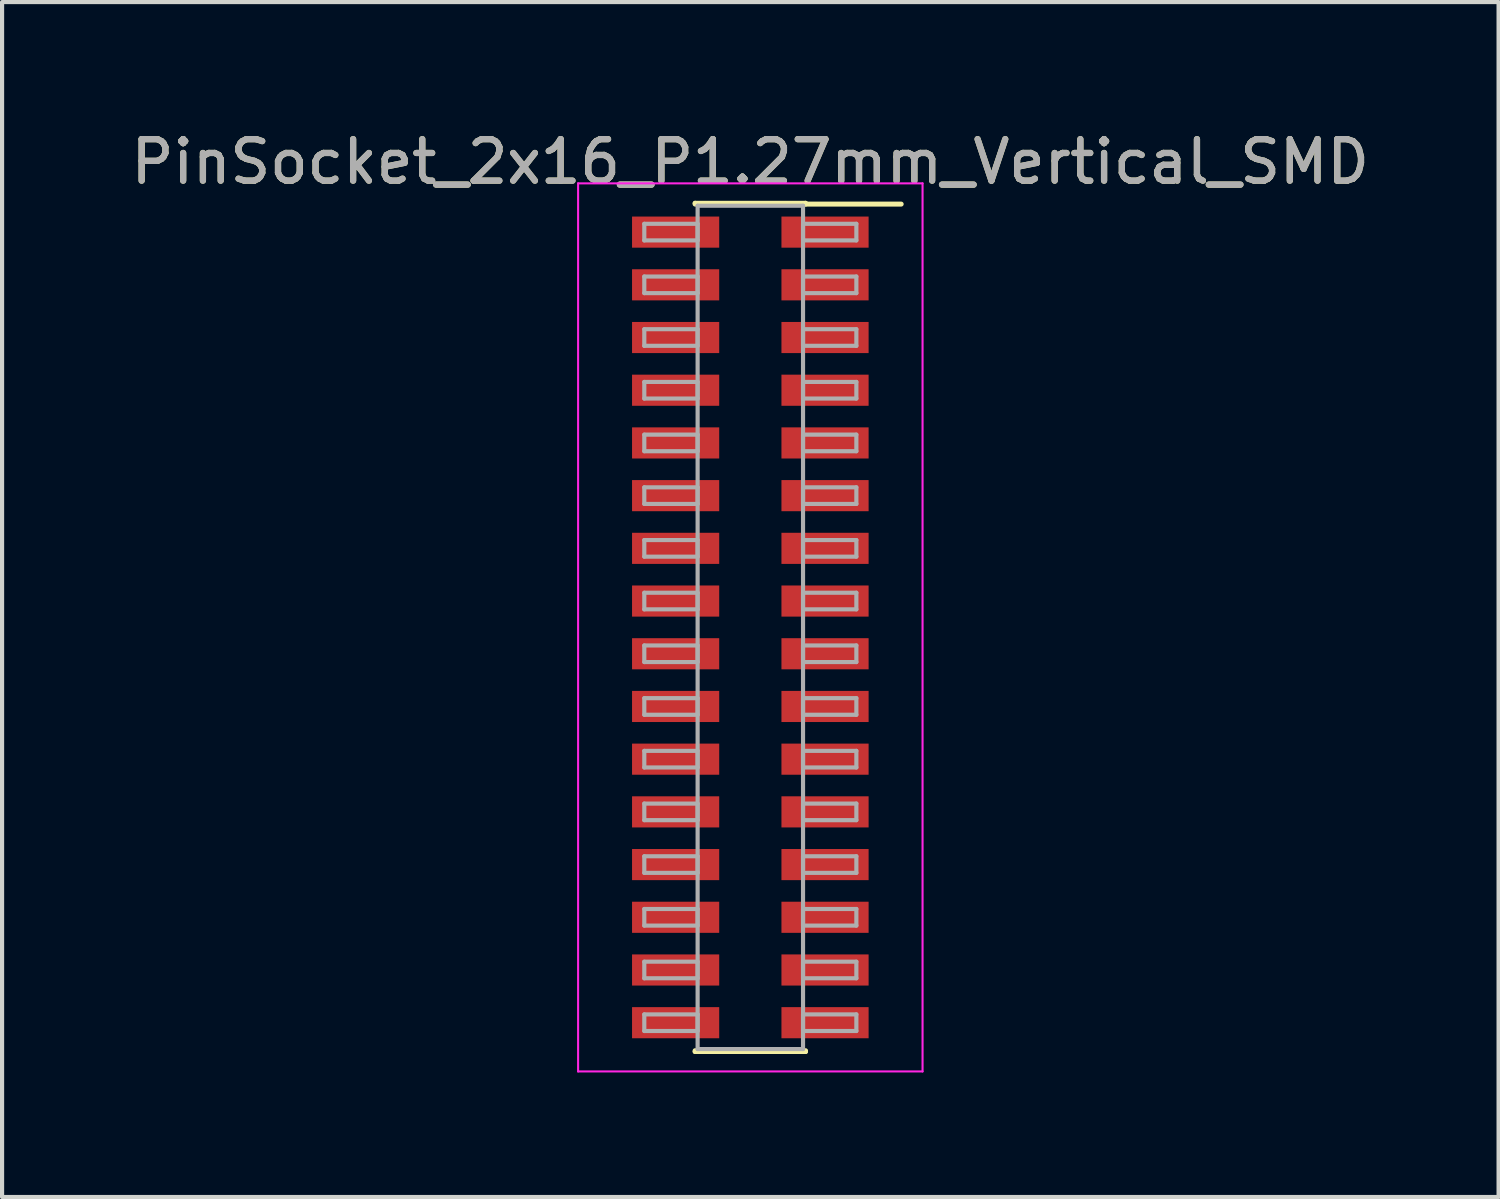
<source format=kicad_pcb>
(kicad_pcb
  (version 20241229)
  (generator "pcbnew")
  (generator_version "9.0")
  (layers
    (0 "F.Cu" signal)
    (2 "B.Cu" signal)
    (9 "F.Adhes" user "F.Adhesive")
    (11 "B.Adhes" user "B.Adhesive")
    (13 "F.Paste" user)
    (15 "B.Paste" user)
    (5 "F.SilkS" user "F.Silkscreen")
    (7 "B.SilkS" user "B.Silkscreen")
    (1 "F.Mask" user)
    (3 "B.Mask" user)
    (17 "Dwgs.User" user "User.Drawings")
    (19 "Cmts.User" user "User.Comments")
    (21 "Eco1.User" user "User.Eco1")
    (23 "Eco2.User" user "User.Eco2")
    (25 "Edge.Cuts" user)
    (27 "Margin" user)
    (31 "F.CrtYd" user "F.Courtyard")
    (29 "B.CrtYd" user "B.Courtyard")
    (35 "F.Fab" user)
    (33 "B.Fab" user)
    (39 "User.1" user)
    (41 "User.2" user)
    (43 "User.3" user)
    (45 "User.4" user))
  (footprint "PinSocket_2x16_P1.27mm_Vertical_SMD"
    (layer "F.Cu")
    (at 15.03 12.068)
    (property "Reference" "PinSocket_2x16_P1.27mm_Vertical_SMD" (at 0 -11.22 0) (layer "F.SilkS") (effects (font (size 1 1) (thickness 0.15))))
    (attr smd)
    (fp_line (start -1.33 -10.22) (end 1.33 -10.22) (stroke (width 0.12) (type solid)) (layer "F.SilkS"))
    (fp_line (start -1.33 -10.2) (end -1.33 -10.22) (stroke (width 0.12) (type solid)) (layer "F.SilkS"))
    (fp_line (start -1.33 10.2) (end -1.33 10.22) (stroke (width 0.12) (type solid)) (layer "F.SilkS"))
    (fp_line (start -1.33 10.22) (end 1.33 10.22) (stroke (width 0.12) (type solid)) (layer "F.SilkS"))
    (fp_line (start 1.33 -10.22) (end 1.33 -10.2) (stroke (width 0.12) (type solid)) (layer "F.SilkS"))
    (fp_line (start 1.33 10.22) (end 1.33 10.2) (stroke (width 0.12) (type solid)) (layer "F.SilkS"))
    (fp_line (start 3.635 -10.2) (end 1.33 -10.2) (stroke (width 0.12) (type solid)) (layer "F.SilkS"))
    (fp_line (start -4.15 -10.7) (end -4.15 10.7) (stroke (width 0.05) (type solid)) (layer "F.CrtYd"))
    (fp_line (start -4.15 10.7) (end 4.15 10.7) (stroke (width 0.05) (type solid)) (layer "F.CrtYd"))
    (fp_line (start 4.15 -10.7) (end -4.15 -10.7) (stroke (width 0.05) (type solid)) (layer "F.CrtYd"))
    (fp_line (start 4.15 10.7) (end 4.15 -10.7) (stroke (width 0.05) (type solid)) (layer "F.CrtYd"))
    (fp_line (start -2.555 -9.725) (end -1.27 -9.725) (stroke (width 0.1) (type solid)) (layer "F.Fab"))
    (fp_line (start -2.555 -9.325) (end -2.555 -9.725) (stroke (width 0.1) (type solid)) (layer "F.Fab"))
    (fp_line (start -2.555 -8.455) (end -1.27 -8.455) (stroke (width 0.1) (type solid)) (layer "F.Fab"))
    (fp_line (start -2.555 -8.055) (end -2.555 -8.455) (stroke (width 0.1) (type solid)) (layer "F.Fab"))
    (fp_line (start -2.555 -7.185) (end -1.27 -7.185) (stroke (width 0.1) (type solid)) (layer "F.Fab"))
    (fp_line (start -2.555 -6.785) (end -2.555 -7.185) (stroke (width 0.1) (type solid)) (layer "F.Fab"))
    (fp_line (start -2.555 -5.915) (end -1.27 -5.915) (stroke (width 0.1) (type solid)) (layer "F.Fab"))
    (fp_line (start -2.555 -5.515) (end -2.555 -5.915) (stroke (width 0.1) (type solid)) (layer "F.Fab"))
    (fp_line (start -2.555 -4.645) (end -1.27 -4.645) (stroke (width 0.1) (type solid)) (layer "F.Fab"))
    (fp_line (start -2.555 -4.245) (end -2.555 -4.645) (stroke (width 0.1) (type solid)) (layer "F.Fab"))
    (fp_line (start -2.555 -3.375) (end -1.27 -3.375) (stroke (width 0.1) (type solid)) (layer "F.Fab"))
    (fp_line (start -2.555 -2.975) (end -2.555 -3.375) (stroke (width 0.1) (type solid)) (layer "F.Fab"))
    (fp_line (start -2.555 -2.105) (end -1.27 -2.105) (stroke (width 0.1) (type solid)) (layer "F.Fab"))
    (fp_line (start -2.555 -1.705) (end -2.555 -2.105) (stroke (width 0.1) (type solid)) (layer "F.Fab"))
    (fp_line (start -2.555 -0.835) (end -1.27 -0.835) (stroke (width 0.1) (type solid)) (layer "F.Fab"))
    (fp_line (start -2.555 -0.435) (end -2.555 -0.835) (stroke (width 0.1) (type solid)) (layer "F.Fab"))
    (fp_line (start -2.555 0.435) (end -1.27 0.435) (stroke (width 0.1) (type solid)) (layer "F.Fab"))
    (fp_line (start -2.555 0.835) (end -2.555 0.435) (stroke (width 0.1) (type solid)) (layer "F.Fab"))
    (fp_line (start -2.555 1.705) (end -1.27 1.705) (stroke (width 0.1) (type solid)) (layer "F.Fab"))
    (fp_line (start -2.555 2.105) (end -2.555 1.705) (stroke (width 0.1) (type solid)) (layer "F.Fab"))
    (fp_line (start -2.555 2.975) (end -1.27 2.975) (stroke (width 0.1) (type solid)) (layer "F.Fab"))
    (fp_line (start -2.555 3.375) (end -2.555 2.975) (stroke (width 0.1) (type solid)) (layer "F.Fab"))
    (fp_line (start -2.555 4.245) (end -1.27 4.245) (stroke (width 0.1) (type solid)) (layer "F.Fab"))
    (fp_line (start -2.555 4.645) (end -2.555 4.245) (stroke (width 0.1) (type solid)) (layer "F.Fab"))
    (fp_line (start -2.555 5.515) (end -1.27 5.515) (stroke (width 0.1) (type solid)) (layer "F.Fab"))
    (fp_line (start -2.555 5.915) (end -2.555 5.515) (stroke (width 0.1) (type solid)) (layer "F.Fab"))
    (fp_line (start -2.555 6.785) (end -1.27 6.785) (stroke (width 0.1) (type solid)) (layer "F.Fab"))
    (fp_line (start -2.555 7.185) (end -2.555 6.785) (stroke (width 0.1) (type solid)) (layer "F.Fab"))
    (fp_line (start -2.555 8.055) (end -1.27 8.055) (stroke (width 0.1) (type solid)) (layer "F.Fab"))
    (fp_line (start -2.555 8.455) (end -2.555 8.055) (stroke (width 0.1) (type solid)) (layer "F.Fab"))
    (fp_line (start -2.555 9.325) (end -1.27 9.325) (stroke (width 0.1) (type solid)) (layer "F.Fab"))
    (fp_line (start -2.555 9.725) (end -2.555 9.325) (stroke (width 0.1) (type solid)) (layer "F.Fab"))
    (fp_line (start -1.27 -10.16) (end -1.27 10.16) (stroke (width 0.1) (type solid)) (layer "F.Fab"))
    (fp_line (start -1.27 -9.725) (end -1.27 -9.325) (stroke (width 0.1) (type solid)) (layer "F.Fab"))
    (fp_line (start -1.27 -9.325) (end -2.555 -9.325) (stroke (width 0.1) (type solid)) (layer "F.Fab"))
    (fp_line (start -1.27 -8.455) (end -1.27 -8.055) (stroke (width 0.1) (type solid)) (layer "F.Fab"))
    (fp_line (start -1.27 -8.055) (end -2.555 -8.055) (stroke (width 0.1) (type solid)) (layer "F.Fab"))
    (fp_line (start -1.27 -7.185) (end -1.27 -6.785) (stroke (width 0.1) (type solid)) (layer "F.Fab"))
    (fp_line (start -1.27 -6.785) (end -2.555 -6.785) (stroke (width 0.1) (type solid)) (layer "F.Fab"))
    (fp_line (start -1.27 -5.915) (end -1.27 -5.515) (stroke (width 0.1) (type solid)) (layer "F.Fab"))
    (fp_line (start -1.27 -5.515) (end -2.555 -5.515) (stroke (width 0.1) (type solid)) (layer "F.Fab"))
    (fp_line (start -1.27 -4.645) (end -1.27 -4.245) (stroke (width 0.1) (type solid)) (layer "F.Fab"))
    (fp_line (start -1.27 -4.245) (end -2.555 -4.245) (stroke (width 0.1) (type solid)) (layer "F.Fab"))
    (fp_line (start -1.27 -3.375) (end -1.27 -2.975) (stroke (width 0.1) (type solid)) (layer "F.Fab"))
    (fp_line (start -1.27 -2.975) (end -2.555 -2.975) (stroke (width 0.1) (type solid)) (layer "F.Fab"))
    (fp_line (start -1.27 -2.105) (end -1.27 -1.705) (stroke (width 0.1) (type solid)) (layer "F.Fab"))
    (fp_line (start -1.27 -1.705) (end -2.555 -1.705) (stroke (width 0.1) (type solid)) (layer "F.Fab"))
    (fp_line (start -1.27 -0.835) (end -1.27 -0.435) (stroke (width 0.1) (type solid)) (layer "F.Fab"))
    (fp_line (start -1.27 -0.435) (end -2.555 -0.435) (stroke (width 0.1) (type solid)) (layer "F.Fab"))
    (fp_line (start -1.27 0.435) (end -1.27 0.835) (stroke (width 0.1) (type solid)) (layer "F.Fab"))
    (fp_line (start -1.27 0.835) (end -2.555 0.835) (stroke (width 0.1) (type solid)) (layer "F.Fab"))
    (fp_line (start -1.27 1.705) (end -1.27 2.105) (stroke (width 0.1) (type solid)) (layer "F.Fab"))
    (fp_line (start -1.27 2.105) (end -2.555 2.105) (stroke (width 0.1) (type solid)) (layer "F.Fab"))
    (fp_line (start -1.27 2.975) (end -1.27 3.375) (stroke (width 0.1) (type solid)) (layer "F.Fab"))
    (fp_line (start -1.27 3.375) (end -2.555 3.375) (stroke (width 0.1) (type solid)) (layer "F.Fab"))
    (fp_line (start -1.27 4.245) (end -1.27 4.645) (stroke (width 0.1) (type solid)) (layer "F.Fab"))
    (fp_line (start -1.27 4.645) (end -2.555 4.645) (stroke (width 0.1) (type solid)) (layer "F.Fab"))
    (fp_line (start -1.27 5.515) (end -1.27 5.915) (stroke (width 0.1) (type solid)) (layer "F.Fab"))
    (fp_line (start -1.27 5.915) (end -2.555 5.915) (stroke (width 0.1) (type solid)) (layer "F.Fab"))
    (fp_line (start -1.27 6.785) (end -1.27 7.185) (stroke (width 0.1) (type solid)) (layer "F.Fab"))
    (fp_line (start -1.27 7.185) (end -2.555 7.185) (stroke (width 0.1) (type solid)) (layer "F.Fab"))
    (fp_line (start -1.27 8.055) (end -1.27 8.455) (stroke (width 0.1) (type solid)) (layer "F.Fab"))
    (fp_line (start -1.27 8.455) (end -2.555 8.455) (stroke (width 0.1) (type solid)) (layer "F.Fab"))
    (fp_line (start -1.27 9.325) (end -1.27 9.725) (stroke (width 0.1) (type solid)) (layer "F.Fab"))
    (fp_line (start -1.27 9.725) (end -2.555 9.725) (stroke (width 0.1) (type solid)) (layer "F.Fab"))
    (fp_line (start -1.27 10.16) (end 1.27 10.16) (stroke (width 0.1) (type solid)) (layer "F.Fab"))
    (fp_line (start 1.27 -10.16) (end -1.27 -10.16) (stroke (width 0.1) (type solid)) (layer "F.Fab"))
    (fp_line (start 1.27 -9.725) (end 1.27 -9.325) (stroke (width 0.1) (type solid)) (layer "F.Fab"))
    (fp_line (start 1.27 -9.325) (end 2.555 -9.325) (stroke (width 0.1) (type solid)) (layer "F.Fab"))
    (fp_line (start 1.27 -8.455) (end 1.27 -8.055) (stroke (width 0.1) (type solid)) (layer "F.Fab"))
    (fp_line (start 1.27 -8.055) (end 2.555 -8.055) (stroke (width 0.1) (type solid)) (layer "F.Fab"))
    (fp_line (start 1.27 -7.185) (end 1.27 -6.785) (stroke (width 0.1) (type solid)) (layer "F.Fab"))
    (fp_line (start 1.27 -6.785) (end 2.555 -6.785) (stroke (width 0.1) (type solid)) (layer "F.Fab"))
    (fp_line (start 1.27 -5.915) (end 1.27 -5.515) (stroke (width 0.1) (type solid)) (layer "F.Fab"))
    (fp_line (start 1.27 -5.515) (end 2.555 -5.515) (stroke (width 0.1) (type solid)) (layer "F.Fab"))
    (fp_line (start 1.27 -4.645) (end 1.27 -4.245) (stroke (width 0.1) (type solid)) (layer "F.Fab"))
    (fp_line (start 1.27 -4.245) (end 2.555 -4.245) (stroke (width 0.1) (type solid)) (layer "F.Fab"))
    (fp_line (start 1.27 -3.375) (end 1.27 -2.975) (stroke (width 0.1) (type solid)) (layer "F.Fab"))
    (fp_line (start 1.27 -2.975) (end 2.555 -2.975) (stroke (width 0.1) (type solid)) (layer "F.Fab"))
    (fp_line (start 1.27 -2.105) (end 1.27 -1.705) (stroke (width 0.1) (type solid)) (layer "F.Fab"))
    (fp_line (start 1.27 -1.705) (end 2.555 -1.705) (stroke (width 0.1) (type solid)) (layer "F.Fab"))
    (fp_line (start 1.27 -0.835) (end 1.27 -0.435) (stroke (width 0.1) (type solid)) (layer "F.Fab"))
    (fp_line (start 1.27 -0.435) (end 2.555 -0.435) (stroke (width 0.1) (type solid)) (layer "F.Fab"))
    (fp_line (start 1.27 0.435) (end 1.27 0.835) (stroke (width 0.1) (type solid)) (layer "F.Fab"))
    (fp_line (start 1.27 0.835) (end 2.555 0.835) (stroke (width 0.1) (type solid)) (layer "F.Fab"))
    (fp_line (start 1.27 1.705) (end 1.27 2.105) (stroke (width 0.1) (type solid)) (layer "F.Fab"))
    (fp_line (start 1.27 2.105) (end 2.555 2.105) (stroke (width 0.1) (type solid)) (layer "F.Fab"))
    (fp_line (start 1.27 2.975) (end 1.27 3.375) (stroke (width 0.1) (type solid)) (layer "F.Fab"))
    (fp_line (start 1.27 3.375) (end 2.555 3.375) (stroke (width 0.1) (type solid)) (layer "F.Fab"))
    (fp_line (start 1.27 4.245) (end 1.27 4.645) (stroke (width 0.1) (type solid)) (layer "F.Fab"))
    (fp_line (start 1.27 4.645) (end 2.555 4.645) (stroke (width 0.1) (type solid)) (layer "F.Fab"))
    (fp_line (start 1.27 5.515) (end 1.27 5.915) (stroke (width 0.1) (type solid)) (layer "F.Fab"))
    (fp_line (start 1.27 5.915) (end 2.555 5.915) (stroke (width 0.1) (type solid)) (layer "F.Fab"))
    (fp_line (start 1.27 6.785) (end 1.27 7.185) (stroke (width 0.1) (type solid)) (layer "F.Fab"))
    (fp_line (start 1.27 7.185) (end 2.555 7.185) (stroke (width 0.1) (type solid)) (layer "F.Fab"))
    (fp_line (start 1.27 8.055) (end 1.27 8.455) (stroke (width 0.1) (type solid)) (layer "F.Fab"))
    (fp_line (start 1.27 8.455) (end 2.555 8.455) (stroke (width 0.1) (type solid)) (layer "F.Fab"))
    (fp_line (start 1.27 9.325) (end 1.27 9.725) (stroke (width 0.1) (type solid)) (layer "F.Fab"))
    (fp_line (start 1.27 9.725) (end 2.555 9.725) (stroke (width 0.1) (type solid)) (layer "F.Fab"))
    (fp_line (start 1.27 10.16) (end 1.27 -10.16) (stroke (width 0.1) (type solid)) (layer "F.Fab"))
    (fp_line (start 2.555 -9.725) (end 1.27 -9.725) (stroke (width 0.1) (type solid)) (layer "F.Fab"))
    (fp_line (start 2.555 -9.325) (end 2.555 -9.725) (stroke (width 0.1) (type solid)) (layer "F.Fab"))
    (fp_line (start 2.555 -8.455) (end 1.27 -8.455) (stroke (width 0.1) (type solid)) (layer "F.Fab"))
    (fp_line (start 2.555 -8.055) (end 2.555 -8.455) (stroke (width 0.1) (type solid)) (layer "F.Fab"))
    (fp_line (start 2.555 -7.185) (end 1.27 -7.185) (stroke (width 0.1) (type solid)) (layer "F.Fab"))
    (fp_line (start 2.555 -6.785) (end 2.555 -7.185) (stroke (width 0.1) (type solid)) (layer "F.Fab"))
    (fp_line (start 2.555 -5.915) (end 1.27 -5.915) (stroke (width 0.1) (type solid)) (layer "F.Fab"))
    (fp_line (start 2.555 -5.515) (end 2.555 -5.915) (stroke (width 0.1) (type solid)) (layer "F.Fab"))
    (fp_line (start 2.555 -4.645) (end 1.27 -4.645) (stroke (width 0.1) (type solid)) (layer "F.Fab"))
    (fp_line (start 2.555 -4.245) (end 2.555 -4.645) (stroke (width 0.1) (type solid)) (layer "F.Fab"))
    (fp_line (start 2.555 -3.375) (end 1.27 -3.375) (stroke (width 0.1) (type solid)) (layer "F.Fab"))
    (fp_line (start 2.555 -2.975) (end 2.555 -3.375) (stroke (width 0.1) (type solid)) (layer "F.Fab"))
    (fp_line (start 2.555 -2.105) (end 1.27 -2.105) (stroke (width 0.1) (type solid)) (layer "F.Fab"))
    (fp_line (start 2.555 -1.705) (end 2.555 -2.105) (stroke (width 0.1) (type solid)) (layer "F.Fab"))
    (fp_line (start 2.555 -0.835) (end 1.27 -0.835) (stroke (width 0.1) (type solid)) (layer "F.Fab"))
    (fp_line (start 2.555 -0.435) (end 2.555 -0.835) (stroke (width 0.1) (type solid)) (layer "F.Fab"))
    (fp_line (start 2.555 0.435) (end 1.27 0.435) (stroke (width 0.1) (type solid)) (layer "F.Fab"))
    (fp_line (start 2.555 0.835) (end 2.555 0.435) (stroke (width 0.1) (type solid)) (layer "F.Fab"))
    (fp_line (start 2.555 1.705) (end 1.27 1.705) (stroke (width 0.1) (type solid)) (layer "F.Fab"))
    (fp_line (start 2.555 2.105) (end 2.555 1.705) (stroke (width 0.1) (type solid)) (layer "F.Fab"))
    (fp_line (start 2.555 2.975) (end 1.27 2.975) (stroke (width 0.1) (type solid)) (layer "F.Fab"))
    (fp_line (start 2.555 3.375) (end 2.555 2.975) (stroke (width 0.1) (type solid)) (layer "F.Fab"))
    (fp_line (start 2.555 4.245) (end 1.27 4.245) (stroke (width 0.1) (type solid)) (layer "F.Fab"))
    (fp_line (start 2.555 4.645) (end 2.555 4.245) (stroke (width 0.1) (type solid)) (layer "F.Fab"))
    (fp_line (start 2.555 5.515) (end 1.27 5.515) (stroke (width 0.1) (type solid)) (layer "F.Fab"))
    (fp_line (start 2.555 5.915) (end 2.555 5.515) (stroke (width 0.1) (type solid)) (layer "F.Fab"))
    (fp_line (start 2.555 6.785) (end 1.27 6.785) (stroke (width 0.1) (type solid)) (layer "F.Fab"))
    (fp_line (start 2.555 7.185) (end 2.555 6.785) (stroke (width 0.1) (type solid)) (layer "F.Fab"))
    (fp_line (start 2.555 8.055) (end 1.27 8.055) (stroke (width 0.1) (type solid)) (layer "F.Fab"))
    (fp_line (start 2.555 8.455) (end 2.555 8.055) (stroke (width 0.1) (type solid)) (layer "F.Fab"))
    (fp_line (start 2.555 9.325) (end 1.27 9.325) (stroke (width 0.1) (type solid)) (layer "F.Fab"))
    (fp_line (start 2.555 9.725) (end 2.555 9.325) (stroke (width 0.1) (type solid)) (layer "F.Fab"))
    (fp_text user "${REFERENCE}" (at 0 -11.22 0) (layer "F.Fab") (effects (font (size 1 1) (thickness 0.15))))
    (pad "1" smd rect (at 1.8 -9.525) (size 2.1 0.75) (layers "F.Cu" "F.Mask" "F.Paste"))
    (pad "2" smd rect (at -1.8 -9.525) (size 2.1 0.75) (layers "F.Cu" "F.Mask" "F.Paste"))
    (pad "3" smd rect (at 1.8 -8.255) (size 2.1 0.75) (layers "F.Cu" "F.Mask" "F.Paste"))
    (pad "4" smd rect (at -1.8 -8.255) (size 2.1 0.75) (layers "F.Cu" "F.Mask" "F.Paste"))
    (pad "5" smd rect (at 1.8 -6.985) (size 2.1 0.75) (layers "F.Cu" "F.Mask" "F.Paste"))
    (pad "6" smd rect (at -1.8 -6.985) (size 2.1 0.75) (layers "F.Cu" "F.Mask" "F.Paste"))
    (pad "7" smd rect (at 1.8 -5.715) (size 2.1 0.75) (layers "F.Cu" "F.Mask" "F.Paste"))
    (pad "8" smd rect (at -1.8 -5.715) (size 2.1 0.75) (layers "F.Cu" "F.Mask" "F.Paste"))
    (pad "9" smd rect (at 1.8 -4.445) (size 2.1 0.75) (layers "F.Cu" "F.Mask" "F.Paste"))
    (pad "10" smd rect (at -1.8 -4.445) (size 2.1 0.75) (layers "F.Cu" "F.Mask" "F.Paste"))
    (pad "11" smd rect (at 1.8 -3.175) (size 2.1 0.75) (layers "F.Cu" "F.Mask" "F.Paste"))
    (pad "12" smd rect (at -1.8 -3.175) (size 2.1 0.75) (layers "F.Cu" "F.Mask" "F.Paste"))
    (pad "13" smd rect (at 1.8 -1.905) (size 2.1 0.75) (layers "F.Cu" "F.Mask" "F.Paste"))
    (pad "14" smd rect (at -1.8 -1.905) (size 2.1 0.75) (layers "F.Cu" "F.Mask" "F.Paste"))
    (pad "15" smd rect (at 1.8 -0.635) (size 2.1 0.75) (layers "F.Cu" "F.Mask" "F.Paste"))
    (pad "16" smd rect (at -1.8 -0.635) (size 2.1 0.75) (layers "F.Cu" "F.Mask" "F.Paste"))
    (pad "17" smd rect (at 1.8 0.635) (size 2.1 0.75) (layers "F.Cu" "F.Mask" "F.Paste"))
    (pad "18" smd rect (at -1.8 0.635) (size 2.1 0.75) (layers "F.Cu" "F.Mask" "F.Paste"))
    (pad "19" smd rect (at 1.8 1.905) (size 2.1 0.75) (layers "F.Cu" "F.Mask" "F.Paste"))
    (pad "20" smd rect (at -1.8 1.905) (size 2.1 0.75) (layers "F.Cu" "F.Mask" "F.Paste"))
    (pad "21" smd rect (at 1.8 3.175) (size 2.1 0.75) (layers "F.Cu" "F.Mask" "F.Paste"))
    (pad "22" smd rect (at -1.8 3.175) (size 2.1 0.75) (layers "F.Cu" "F.Mask" "F.Paste"))
    (pad "23" smd rect (at 1.8 4.445) (size 2.1 0.75) (layers "F.Cu" "F.Mask" "F.Paste"))
    (pad "24" smd rect (at -1.8 4.445) (size 2.1 0.75) (layers "F.Cu" "F.Mask" "F.Paste"))
    (pad "25" smd rect (at 1.8 5.715) (size 2.1 0.75) (layers "F.Cu" "F.Mask" "F.Paste"))
    (pad "26" smd rect (at -1.8 5.715) (size 2.1 0.75) (layers "F.Cu" "F.Mask" "F.Paste"))
    (pad "27" smd rect (at 1.8 6.985) (size 2.1 0.75) (layers "F.Cu" "F.Mask" "F.Paste"))
    (pad "28" smd rect (at -1.8 6.985) (size 2.1 0.75) (layers "F.Cu" "F.Mask" "F.Paste"))
    (pad "29" smd rect (at 1.8 8.255) (size 2.1 0.75) (layers "F.Cu" "F.Mask" "F.Paste"))
    (pad "30" smd rect (at -1.8 8.255) (size 2.1 0.75) (layers "F.Cu" "F.Mask" "F.Paste"))
    (pad "31" smd rect (at 1.8 9.525) (size 2.1 0.75) (layers "F.Cu" "F.Mask" "F.Paste"))
    (pad "32" smd rect (at -1.8 9.525) (size 2.1 0.75) (layers "F.Cu" "F.Mask" "F.Paste")))
  (gr_rect
    (start -3 -3)
    (end 33.06 25.793)
    (stroke (width 0.1) (type default))
    (fill no)
    (layer "Edge.Cuts")))
</source>
